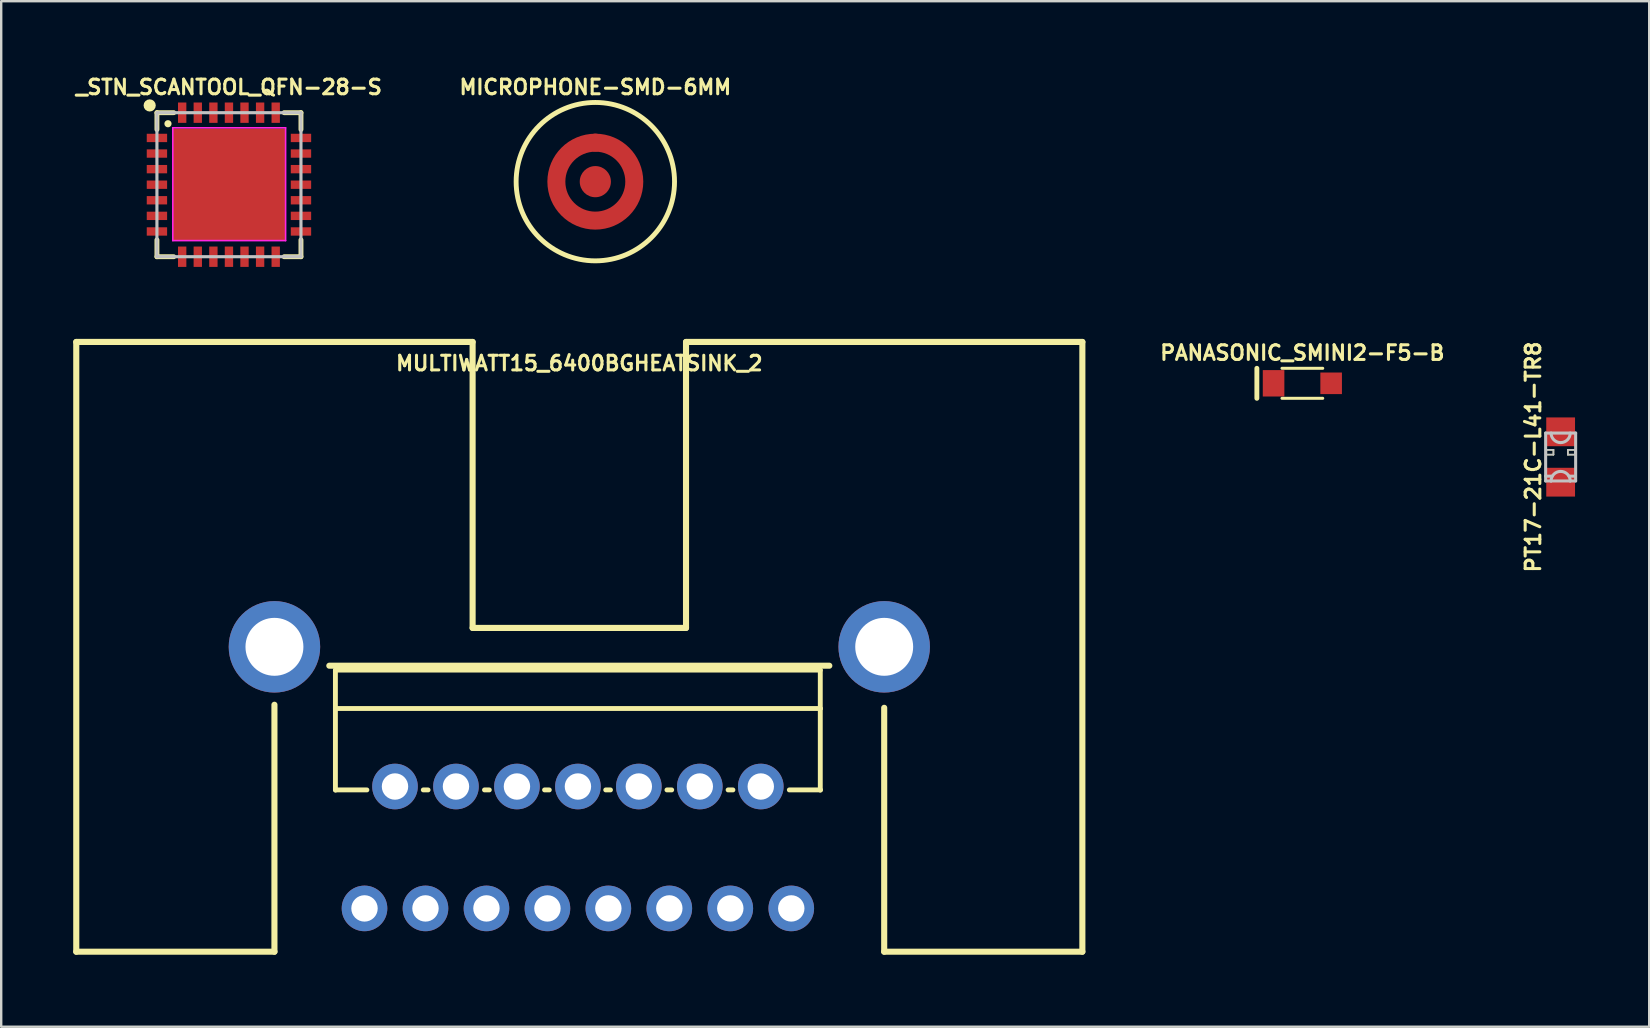
<source format=kicad_pcb>
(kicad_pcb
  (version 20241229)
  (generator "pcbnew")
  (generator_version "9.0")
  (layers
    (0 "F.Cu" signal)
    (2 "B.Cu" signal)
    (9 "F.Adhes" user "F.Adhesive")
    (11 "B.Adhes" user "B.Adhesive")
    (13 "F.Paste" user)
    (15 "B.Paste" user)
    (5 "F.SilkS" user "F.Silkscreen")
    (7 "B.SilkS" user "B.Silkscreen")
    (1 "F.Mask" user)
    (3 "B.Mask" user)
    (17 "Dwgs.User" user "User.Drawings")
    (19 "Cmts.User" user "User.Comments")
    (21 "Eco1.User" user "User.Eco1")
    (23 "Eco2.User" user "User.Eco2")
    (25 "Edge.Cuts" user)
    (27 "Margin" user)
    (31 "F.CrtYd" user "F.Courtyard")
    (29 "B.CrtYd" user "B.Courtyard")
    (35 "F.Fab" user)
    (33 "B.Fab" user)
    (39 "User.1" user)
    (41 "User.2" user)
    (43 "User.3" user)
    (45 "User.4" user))
  (footprint "PANASONIC_SMINI2-F5-B"
    (layer "F.Cu")
    (at 51.201 12.917)
    (property "Reference" "PANASONIC_SMINI2-F5-B" (at 0 -1.27 0) (layer "F.SilkS") (effects (font (size 0.61 0.61) (thickness 0.127))))
    (attr smd)
    (fp_line (start -1.895 -0.625) (end -1.895 0.625) (stroke (width 0.203) (type solid)) (layer "F.SilkS"))
    (fp_line (start -0.848 -0.625) (end 0.848 -0.625) (stroke (width 0.127) (type solid)) (layer "F.SilkS"))
    (fp_line (start -0.848 0.625) (end 0.848 0.625) (stroke (width 0.127) (type solid)) (layer "F.SilkS"))
    (pad "A" smd rect (at 1.199 0) (size 0.899 0.899) (layers "F.Cu" "F.Mask" "F.Paste"))
    (pad "C" smd rect (at -1.199 0) (size 0.899 1.1) (layers "F.Cu" "F.Mask" "F.Paste")))
  (footprint "MICROPHONE-SMD-6MM"
    (layer "F.Cu")
    (at 21.749 4.517)
    (property "Reference" "MICROPHONE-SMD-6MM" (at 0 -3.937 0) (layer "F.SilkS") (effects (font (size 0.61 0.61) (thickness 0.127))))
    (attr smd)
    (fp_circle (center 0 0) (end 0 -1.623) (stroke (width 0.749) (type solid)) (fill no) (layer "F.Cu"))
    (fp_circle (center 0 0) (end 0 -1.626) (stroke (width 0.965) (type solid)) (fill no) (layer "F.Mask"))
    (fp_circle (center 0 0) (end 0 -3.299) (stroke (width 0.203) (type solid)) (fill no) (layer "F.SilkS"))
    (fp_circle (center 0 0) (end 0 -1.631) (stroke (width 0.305) (type solid)) (fill no) (layer "F.Paste"))
    (fp_circle (center 0 0) (end 0 -0.152) (stroke (width 0.33) (type solid)) (fill no) (layer "F.Paste"))
    (pad "1" smd circle (at 0 0) (size 1.298 1.298) (layers "F.Cu" "F.Mask"))
    (pad "2" smd circle (at 0.003 -1.626) (size 0.749 0.749) (layers "F.Cu")))
  (footprint "PT17-21C-L41-TR8"
    (layer "F.Cu")
    (at 61.96 15.987)
    (property "Reference" "PT17-21C-L41-TR8" (at -1.143 0 90) (layer "F.SilkS") (effects (font (size 0.61 0.61) (thickness 0.127))))
    (attr smd)
    (fp_line (start -0.599 -0.3) (end -0.3 -0.3) (stroke (width 0.066) (type solid)) (layer "F.SilkS"))
    (fp_line (start -0.599 -0.099) (end -0.599 -0.3) (stroke (width 0.066) (type solid)) (layer "F.SilkS"))
    (fp_line (start -0.599 -0.099) (end -0.3 -0.099) (stroke (width 0.066) (type solid)) (layer "F.SilkS"))
    (fp_line (start -0.3 -0.099) (end -0.3 -0.3) (stroke (width 0.066) (type solid)) (layer "F.SilkS"))
    (fp_line (start 0.3 -0.3) (end 0.599 -0.3) (stroke (width 0.066) (type solid)) (layer "F.SilkS"))
    (fp_line (start 0.3 -0.099) (end 0.3 -0.3) (stroke (width 0.066) (type solid)) (layer "F.SilkS"))
    (fp_line (start 0.3 -0.099) (end 0.599 -0.099) (stroke (width 0.066) (type solid)) (layer "F.SilkS"))
    (fp_line (start 0.599 -0.099) (end 0.599 -0.3) (stroke (width 0.066) (type solid)) (layer "F.SilkS"))
    (fp_line (start -0.625 -0.998) (end 0.625 -0.998) (stroke (width 0.127) (type solid)) (layer "Dwgs.User"))
    (fp_line (start -0.625 0.798) (end -0.625 -0.998) (stroke (width 0.127) (type solid)) (layer "Dwgs.User"))
    (fp_line (start -0.625 0.998) (end -0.625 0.798) (stroke (width 0.127) (type solid)) (layer "Dwgs.User"))
    (fp_line (start -0.599 -0.3) (end -0.3 -0.3) (stroke (width 0.066) (type solid)) (layer "Dwgs.User"))
    (fp_line (start -0.599 -0.099) (end -0.599 -0.3) (stroke (width 0.066) (type solid)) (layer "Dwgs.User"))
    (fp_line (start -0.599 -0.099) (end -0.3 -0.099) (stroke (width 0.066) (type solid)) (layer "Dwgs.User"))
    (fp_line (start -0.399 0.998) (end -0.625 0.998) (stroke (width 0.127) (type solid)) (layer "Dwgs.User"))
    (fp_line (start -0.348 0.798) (end -0.625 0.798) (stroke (width 0.127) (type solid)) (layer "Dwgs.User"))
    (fp_line (start -0.3 -0.099) (end -0.3 -0.3) (stroke (width 0.066) (type solid)) (layer "Dwgs.User"))
    (fp_line (start 0.3 -0.3) (end 0.599 -0.3) (stroke (width 0.066) (type solid)) (layer "Dwgs.User"))
    (fp_line (start 0.3 -0.099) (end 0.3 -0.3) (stroke (width 0.066) (type solid)) (layer "Dwgs.User"))
    (fp_line (start 0.3 -0.099) (end 0.599 -0.099) (stroke (width 0.066) (type solid)) (layer "Dwgs.User"))
    (fp_line (start 0.399 0.998) (end -0.399 0.998) (stroke (width 0.127) (type solid)) (layer "Dwgs.User"))
    (fp_line (start 0.599 -0.099) (end 0.599 -0.3) (stroke (width 0.066) (type solid)) (layer "Dwgs.User"))
    (fp_line (start 0.599 0.798) (end 0.348 0.798) (stroke (width 0.127) (type solid)) (layer "Dwgs.User"))
    (fp_line (start 0.625 -0.998) (end 0.625 0.998) (stroke (width 0.127) (type solid)) (layer "Dwgs.User"))
    (fp_line (start 0.625 0.998) (end 0.399 0.998) (stroke (width 0.127) (type solid)) (layer "Dwgs.User"))
    (fp_arc (start -0.39878 0.99822) (mid 0 0.59944) (end 0.39878 0.99822) (stroke (width 0.127) (type solid)) (layer "Dwgs.User"))
    (fp_arc (start 0.39878 -0.99822) (mid 0 -0.59944) (end -0.39878 -0.99822) (stroke (width 0.127) (type solid)) (layer "Dwgs.User"))
    (pad "C" smd rect (at 0 -1.049) (size 1.199 1.199) (layers "F.Cu" "F.Mask" "F.Paste"))
    (pad "E" smd rect (at 0 1.049) (size 1.199 1.199) (layers "F.Cu" "F.Mask" "F.Paste")))
  (footprint "MULTIWATT15_6400BGHEATSINK_2"
    (layer "F.Cu")
    (at 21.082 32.403)
    (property "Reference" "MULTIWATT15_6400BGHEATSINK_2" (at 0 -20.32 0) (layer "F.SilkS") (effects (font (size 0.61 0.61) (thickness 0.127))))
    (attr exclude_from_pos_files exclude_from_bom)
    (fp_line (start -20.955 -21.209) (end -4.445 -21.209) (stroke (width 0.254) (type solid)) (layer "F.SilkS"))
    (fp_line (start -20.955 4.191) (end -20.955 -21.209) (stroke (width 0.254) (type solid)) (layer "F.SilkS"))
    (fp_line (start -12.7 -6.096) (end -12.7 4.191) (stroke (width 0.254) (type solid)) (layer "F.SilkS"))
    (fp_line (start -12.7 4.191) (end -20.955 4.191) (stroke (width 0.254) (type solid)) (layer "F.SilkS"))
    (fp_line (start -10.414 -7.722) (end 10.414 -7.722) (stroke (width 0.254) (type solid)) (layer "F.SilkS"))
    (fp_line (start -10.16 -7.539) (end 10.038 -7.539) (stroke (width 0.203) (type solid)) (layer "F.SilkS"))
    (fp_line (start -10.16 -5.939) (end -10.16 -7.539) (stroke (width 0.203) (type solid)) (layer "F.SilkS"))
    (fp_line (start -10.16 -5.939) (end 10.038 -5.939) (stroke (width 0.203) (type solid)) (layer "F.SilkS"))
    (fp_line (start -10.16 -2.54) (end -10.16 -5.939) (stroke (width 0.203) (type solid)) (layer "F.SilkS"))
    (fp_line (start -10.15 -2.548) (end -8.849 -2.548) (stroke (width 0.203) (type solid)) (layer "F.SilkS"))
    (fp_line (start -6.5 -2.548) (end -6.299 -2.548) (stroke (width 0.203) (type solid)) (layer "F.SilkS"))
    (fp_line (start -4.445 -21.209) (end -4.445 -9.296) (stroke (width 0.254) (type solid)) (layer "F.SilkS"))
    (fp_line (start -4.445 -9.296) (end 4.445 -9.296) (stroke (width 0.254) (type solid)) (layer "F.SilkS"))
    (fp_line (start -3.95 -2.548) (end -3.749 -2.548) (stroke (width 0.203) (type solid)) (layer "F.SilkS"))
    (fp_line (start -1.448 -2.548) (end -1.25 -2.548) (stroke (width 0.203) (type solid)) (layer "F.SilkS"))
    (fp_line (start 1.1 -2.548) (end 1.298 -2.548) (stroke (width 0.203) (type solid)) (layer "F.SilkS"))
    (fp_line (start 3.65 -2.548) (end 3.848 -2.548) (stroke (width 0.203) (type solid)) (layer "F.SilkS"))
    (fp_line (start 4.445 -21.209) (end 20.955 -21.209) (stroke (width 0.254) (type solid)) (layer "F.SilkS"))
    (fp_line (start 4.445 -9.296) (end 4.445 -21.209) (stroke (width 0.254) (type solid)) (layer "F.SilkS"))
    (fp_line (start 6.198 -2.548) (end 6.398 -2.548) (stroke (width 0.203) (type solid)) (layer "F.SilkS"))
    (fp_line (start 10.038 -7.539) (end 10.038 -5.939) (stroke (width 0.203) (type solid)) (layer "F.SilkS"))
    (fp_line (start 10.038 -5.939) (end 10.038 -2.54) (stroke (width 0.203) (type solid)) (layer "F.SilkS"))
    (fp_line (start 10.048 -2.548) (end 8.748 -2.548) (stroke (width 0.203) (type solid)) (layer "F.SilkS"))
    (fp_line (start 12.7 -5.969) (end 12.7 4.191) (stroke (width 0.254) (type solid)) (layer "F.SilkS"))
    (fp_line (start 12.7 4.191) (end 20.955 4.191) (stroke (width 0.254) (type solid)) (layer "F.SilkS"))
    (fp_line (start 20.955 4.191) (end 20.955 -21.209) (stroke (width 0.254) (type solid)) (layer "F.SilkS"))
    (pad "1" thru_hole circle (at -8.948 2.388) (size 1.9 1.9) (drill 1.1) (layers "*.Cu" "*.Mask"))
    (pad "2" thru_hole circle (at -7.678 -2.69) (size 1.9 1.9) (drill 1.1) (layers "*.Cu" "*.Mask"))
    (pad "3" thru_hole circle (at -6.408 2.388) (size 1.9 1.9) (drill 1.1) (layers "*.Cu" "*.Mask"))
    (pad "4" thru_hole circle (at -5.138 -2.69) (size 1.9 1.9) (drill 1.1) (layers "*.Cu" "*.Mask"))
    (pad "5" thru_hole circle (at -3.868 2.388) (size 1.9 1.9) (drill 1.1) (layers "*.Cu" "*.Mask"))
    (pad "6" thru_hole circle (at -2.598 -2.69) (size 1.9 1.9) (drill 1.1) (layers "*.Cu" "*.Mask"))
    (pad "7" thru_hole circle (at -1.328 2.388) (size 1.9 1.9) (drill 1.1) (layers "*.Cu" "*.Mask"))
    (pad "8" thru_hole circle (at -0.058 -2.69) (size 1.9 1.9) (drill 1.1) (layers "*.Cu" "*.Mask"))
    (pad "9" thru_hole circle (at 1.209 2.388) (size 1.9 1.9) (drill 1.1) (layers "*.Cu" "*.Mask"))
    (pad "10" thru_hole circle (at 2.479 -2.69) (size 1.9 1.9) (drill 1.1) (layers "*.Cu" "*.Mask"))
    (pad "11" thru_hole circle (at 3.749 2.388) (size 1.9 1.9) (drill 1.1) (layers "*.Cu" "*.Mask"))
    (pad "12" thru_hole circle (at 5.019 -2.69) (size 1.9 1.9) (drill 1.1) (layers "*.Cu" "*.Mask"))
    (pad "13" thru_hole circle (at 6.289 2.388) (size 1.9 1.9) (drill 1.1) (layers "*.Cu" "*.Mask"))
    (pad "14" thru_hole circle (at 7.559 -2.69) (size 1.9 1.9) (drill 1.1) (layers "*.Cu" "*.Mask"))
    (pad "15" thru_hole circle (at 8.829 2.388) (size 1.9 1.9) (drill 1.1) (layers "*.Cu" "*.Mask"))
    (pad "P$1" thru_hole circle (at -12.7 -8.509) (size 3.81 3.81) (drill 2.413) (layers "*.Cu" "*.Mask"))
    (pad "P$2" thru_hole circle (at 12.7 -8.509) (size 3.81 3.81) (drill 2.413) (layers "*.Cu" "*.Mask")))
  (footprint "_STN_SCANTOOL_QFN-28-S"
    (layer "F.Cu")
    (at 6.487 4.644)
    (property "Reference" "_STN_SCANTOOL_QFN-28-S" (at 0 -4.064 0) (layer "F.SilkS") (effects (font (size 0.61 0.61) (thickness 0.127))))
    (attr smd)
    (fp_line (start -3 -3) (end -2.299 -3) (stroke (width 0.203) (type solid)) (layer "F.SilkS"))
    (fp_line (start -3 -2.299) (end -3 -3) (stroke (width 0.203) (type solid)) (layer "F.SilkS"))
    (fp_line (start -3 3) (end -3 2.299) (stroke (width 0.203) (type solid)) (layer "F.SilkS"))
    (fp_line (start -2.299 3) (end -3 3) (stroke (width 0.203) (type solid)) (layer "F.SilkS"))
    (fp_line (start 2.299 -3) (end 3 -3) (stroke (width 0.203) (type solid)) (layer "F.SilkS"))
    (fp_line (start 3 -3) (end 3 -2.299) (stroke (width 0.203) (type solid)) (layer "F.SilkS"))
    (fp_line (start 3 2.299) (end 3 3) (stroke (width 0.203) (type solid)) (layer "F.SilkS"))
    (fp_line (start 3 3) (end 2.299 3) (stroke (width 0.203) (type solid)) (layer "F.SilkS"))
    (fp_circle (center -3.302 -3.302) (end -3.175 -3.302) (stroke (width 0.254) (type solid)) (fill no) (layer "F.SilkS"))
    (fp_circle (center -2.54 -2.54) (end -2.54 -2.69) (stroke (width 0) (type solid)) (fill yes) (layer "F.SilkS"))
    (fp_line (start -3 -3) (end -3 3) (stroke (width 0.13) (type solid)) (layer "Dwgs.User"))
    (fp_line (start -3 3) (end 3 3) (stroke (width 0.13) (type solid)) (layer "Dwgs.User"))
    (fp_line (start 3 -3) (end -3 -3) (stroke (width 0.13) (type solid)) (layer "Dwgs.User"))
    (fp_line (start 3 3) (end 3 -3) (stroke (width 0.13) (type solid)) (layer "Dwgs.User"))
    (fp_line (start -2.339 -2.37) (end 2.36 -2.37) (stroke (width 0.066) (type solid)) (layer "F.CrtYd"))
    (fp_line (start -2.339 2.329) (end -2.339 -2.37) (stroke (width 0.066) (type solid)) (layer "F.CrtYd"))
    (fp_line (start -2.339 2.329) (end 2.36 2.329) (stroke (width 0.066) (type solid)) (layer "F.CrtYd"))
    (fp_line (start 2.36 2.329) (end 2.36 -2.37) (stroke (width 0.066) (type solid)) (layer "F.CrtYd"))
    (pad "1" smd rect (at -3 -1.948) (size 0.848 0.348) (layers "F.Cu" "F.Mask" "F.Paste"))
    (pad "2" smd rect (at -3 -1.298) (size 0.848 0.348) (layers "F.Cu" "F.Mask" "F.Paste"))
    (pad "3" smd rect (at -3 -0.648) (size 0.848 0.348) (layers "F.Cu" "F.Mask" "F.Paste"))
    (pad "4" smd rect (at -3 0) (size 0.848 0.348) (layers "F.Cu" "F.Mask" "F.Paste"))
    (pad "5" smd rect (at -3 0.648) (size 0.848 0.348) (layers "F.Cu" "F.Mask" "F.Paste"))
    (pad "6" smd rect (at -3 1.298) (size 0.848 0.348) (layers "F.Cu" "F.Mask" "F.Paste"))
    (pad "7" smd rect (at -3 1.948) (size 0.848 0.348) (layers "F.Cu" "F.Mask" "F.Paste"))
    (pad "8" smd rect (at -1.948 3) (size 0.348 0.848) (layers "F.Cu" "F.Mask" "F.Paste"))
    (pad "9" smd rect (at -1.298 3) (size 0.348 0.848) (layers "F.Cu" "F.Mask" "F.Paste"))
    (pad "10" smd rect (at -0.648 3) (size 0.348 0.848) (layers "F.Cu" "F.Mask" "F.Paste"))
    (pad "11" smd rect (at 0 3) (size 0.348 0.848) (layers "F.Cu" "F.Mask" "F.Paste"))
    (pad "12" smd rect (at 0.648 3) (size 0.348 0.848) (layers "F.Cu" "F.Mask" "F.Paste"))
    (pad "13" smd rect (at 1.298 3) (size 0.348 0.848) (layers "F.Cu" "F.Mask" "F.Paste"))
    (pad "14" smd rect (at 1.948 3) (size 0.348 0.848) (layers "F.Cu" "F.Mask" "F.Paste"))
    (pad "15" smd rect (at 3 1.948) (size 0.848 0.348) (layers "F.Cu" "F.Mask" "F.Paste"))
    (pad "16" smd rect (at 3 1.298) (size 0.848 0.348) (layers "F.Cu" "F.Mask" "F.Paste"))
    (pad "17" smd rect (at 3 0.648) (size 0.848 0.348) (layers "F.Cu" "F.Mask" "F.Paste"))
    (pad "18" smd rect (at 3 0) (size 0.848 0.348) (layers "F.Cu" "F.Mask" "F.Paste"))
    (pad "19" smd rect (at 3 -0.648) (size 0.848 0.348) (layers "F.Cu" "F.Mask" "F.Paste"))
    (pad "20" smd rect (at 3 -1.298) (size 0.848 0.348) (layers "F.Cu" "F.Mask" "F.Paste"))
    (pad "21" smd rect (at 3 -1.948) (size 0.848 0.348) (layers "F.Cu" "F.Mask" "F.Paste"))
    (pad "22" smd rect (at 1.948 -3) (size 0.348 0.848) (layers "F.Cu" "F.Mask" "F.Paste"))
    (pad "23" smd rect (at 1.298 -3) (size 0.348 0.848) (layers "F.Cu" "F.Mask" "F.Paste"))
    (pad "24" smd rect (at 0.648 -3) (size 0.348 0.848) (layers "F.Cu" "F.Mask" "F.Paste"))
    (pad "25" smd rect (at 0 -3) (size 0.348 0.848) (layers "F.Cu" "F.Mask" "F.Paste"))
    (pad "26" smd rect (at -0.648 -3) (size 0.348 0.848) (layers "F.Cu" "F.Mask" "F.Paste"))
    (pad "27" smd rect (at -1.298 -3) (size 0.348 0.848) (layers "F.Cu" "F.Mask" "F.Paste"))
    (pad "28" smd rect (at -1.948 -3) (size 0.348 0.848) (layers "F.Cu" "F.Mask" "F.Paste"))
    (pad "EXP" smd rect (at 0 0) (size 4.674 4.674) (layers "F.Cu" "F.Mask" "F.Paste")))
  (gr_rect
    (start -3 -3)
    (end 65.649 39.721)
    (stroke (width 0.1) (type default))
    (fill no)
    (layer "Edge.Cuts")))
</source>
